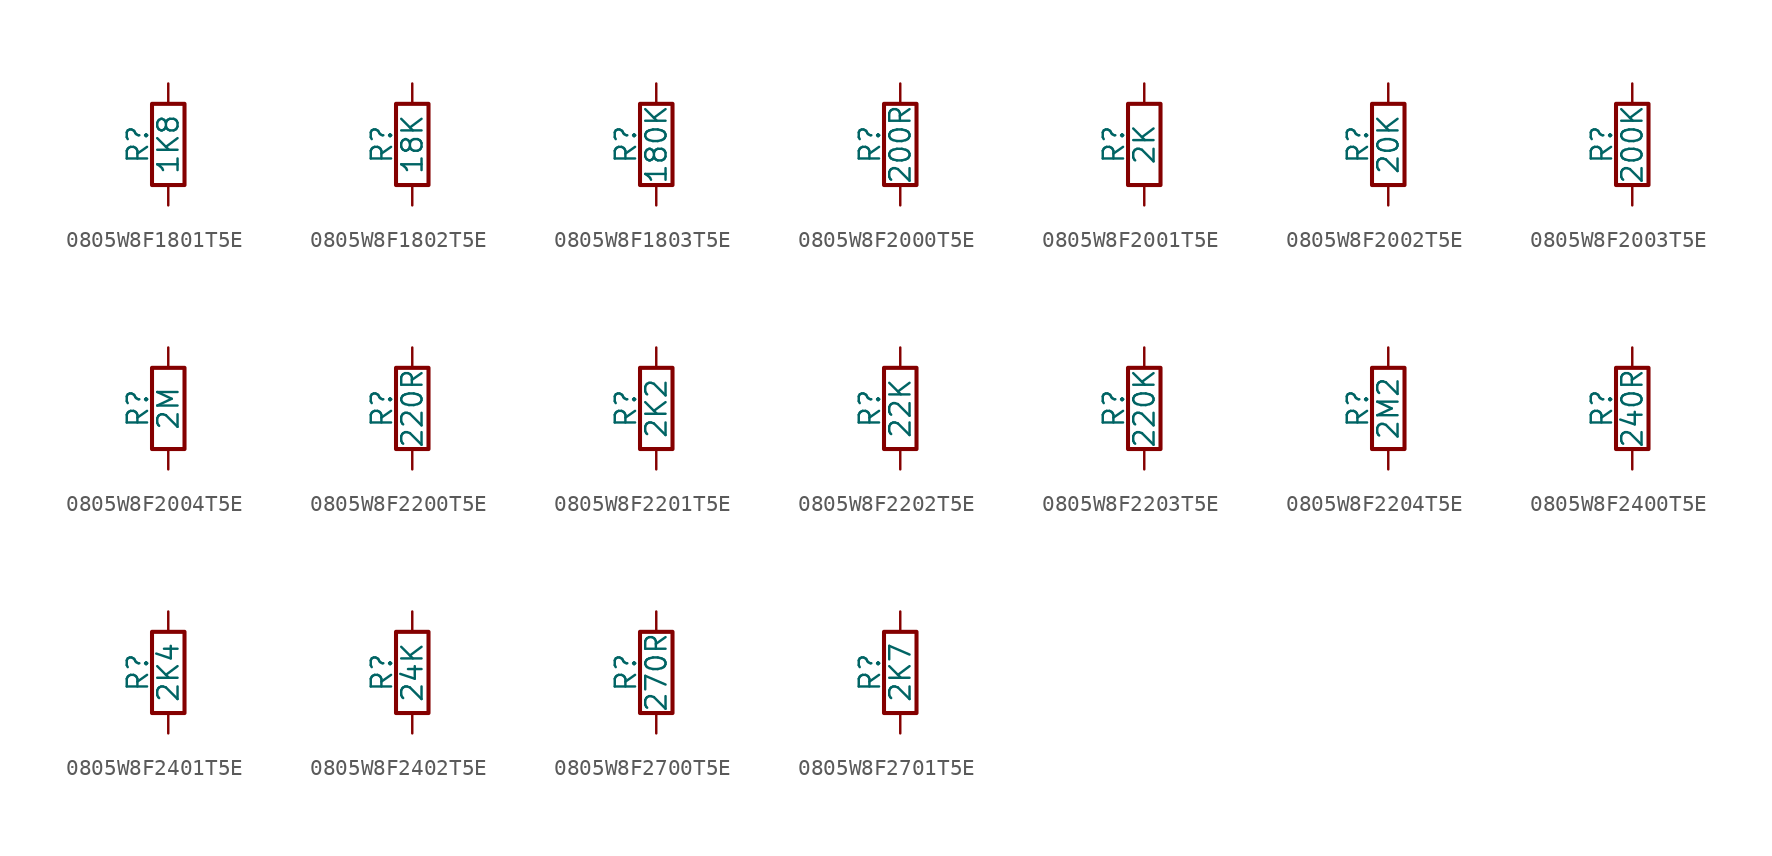
<source format=kicad_sym>
(kicad_symbol_lib
  (version 20211014)
  (generator conandllu_kicad_symbol_generator_20230404_23:29:43)
  (symbol "0805W8F1801T5E"
    (pin_numbers hide)
    (pin_names
      (offset 0))
    (property "Reference" "R"
      (at -1.905 0 90)
      (effects (font (size 1.27 1.27))))
    (property "Value" "1K8"
      (at 0 0 90)
      (effects (font (size 1.27 1.27))))
    (symbol "0805W8F1801T5E_0_1"
      (rectangle (start -1.016 -2.54) (end 1.016 2.54) (stroke (width 0.254) (type default) (color 0 0 0 0)) (fill (type none))))
    (symbol "0805W8F1801T5E_1_1"
      (pin passive line (at 0 3.81 270) (length 1.27) (name "~" (effects (font (size 1.27 1.27)))) (number "1" (effects (font (size 1.27 1.27)))))
      (pin passive line (at 0 -3.81 90) (length 1.27) (name "~" (effects (font (size 1.27 1.27)))) (number "2" (effects (font (size 1.27 1.27)))))))
  (symbol "0805W8F1802T5E"
    (pin_numbers hide)
    (pin_names
      (offset 0))
    (property "Reference" "R"
      (at -1.905 0 90)
      (effects (font (size 1.27 1.27))))
    (property "Value" "18K"
      (at 0 0 90)
      (effects (font (size 1.27 1.27))))
    (symbol "0805W8F1802T5E_0_1"
      (rectangle (start -1.016 -2.54) (end 1.016 2.54) (stroke (width 0.254) (type default) (color 0 0 0 0)) (fill (type none))))
    (symbol "0805W8F1802T5E_1_1"
      (pin passive line (at 0 3.81 270) (length 1.27) (name "~" (effects (font (size 1.27 1.27)))) (number "1" (effects (font (size 1.27 1.27)))))
      (pin passive line (at 0 -3.81 90) (length 1.27) (name "~" (effects (font (size 1.27 1.27)))) (number "2" (effects (font (size 1.27 1.27)))))))
  (symbol "0805W8F1803T5E"
    (pin_numbers hide)
    (pin_names
      (offset 0))
    (property "Reference" "R"
      (at -1.905 0 90)
      (effects (font (size 1.27 1.27))))
    (property "Value" "180K"
      (at 0 0 90)
      (effects (font (size 1.27 1.27))))
    (symbol "0805W8F1803T5E_0_1"
      (rectangle (start -1.016 -2.54) (end 1.016 2.54) (stroke (width 0.254) (type default) (color 0 0 0 0)) (fill (type none))))
    (symbol "0805W8F1803T5E_1_1"
      (pin passive line (at 0 3.81 270) (length 1.27) (name "~" (effects (font (size 1.27 1.27)))) (number "1" (effects (font (size 1.27 1.27)))))
      (pin passive line (at 0 -3.81 90) (length 1.27) (name "~" (effects (font (size 1.27 1.27)))) (number "2" (effects (font (size 1.27 1.27)))))))
  (symbol "0805W8F2000T5E"
    (pin_numbers hide)
    (pin_names
      (offset 0))
    (property "Reference" "R"
      (at -1.905 0 90)
      (effects (font (size 1.27 1.27))))
    (property "Value" "200R"
      (at 0 0 90)
      (effects (font (size 1.27 1.27))))
    (symbol "0805W8F2000T5E_0_1"
      (rectangle (start -1.016 -2.54) (end 1.016 2.54) (stroke (width 0.254) (type default) (color 0 0 0 0)) (fill (type none))))
    (symbol "0805W8F2000T5E_1_1"
      (pin passive line (at 0 3.81 270) (length 1.27) (name "~" (effects (font (size 1.27 1.27)))) (number "1" (effects (font (size 1.27 1.27)))))
      (pin passive line (at 0 -3.81 90) (length 1.27) (name "~" (effects (font (size 1.27 1.27)))) (number "2" (effects (font (size 1.27 1.27)))))))
  (symbol "0805W8F2001T5E"
    (pin_numbers hide)
    (pin_names
      (offset 0))
    (property "Reference" "R"
      (at -1.905 0 90)
      (effects (font (size 1.27 1.27))))
    (property "Value" "2K"
      (at 0 0 90)
      (effects (font (size 1.27 1.27))))
    (symbol "0805W8F2001T5E_0_1"
      (rectangle (start -1.016 -2.54) (end 1.016 2.54) (stroke (width 0.254) (type default) (color 0 0 0 0)) (fill (type none))))
    (symbol "0805W8F2001T5E_1_1"
      (pin passive line (at 0 3.81 270) (length 1.27) (name "~" (effects (font (size 1.27 1.27)))) (number "1" (effects (font (size 1.27 1.27)))))
      (pin passive line (at 0 -3.81 90) (length 1.27) (name "~" (effects (font (size 1.27 1.27)))) (number "2" (effects (font (size 1.27 1.27)))))))
  (symbol "0805W8F2002T5E"
    (pin_numbers hide)
    (pin_names
      (offset 0))
    (property "Reference" "R"
      (at -1.905 0 90)
      (effects (font (size 1.27 1.27))))
    (property "Value" "20K"
      (at 0 0 90)
      (effects (font (size 1.27 1.27))))
    (symbol "0805W8F2002T5E_0_1"
      (rectangle (start -1.016 -2.54) (end 1.016 2.54) (stroke (width 0.254) (type default) (color 0 0 0 0)) (fill (type none))))
    (symbol "0805W8F2002T5E_1_1"
      (pin passive line (at 0 3.81 270) (length 1.27) (name "~" (effects (font (size 1.27 1.27)))) (number "1" (effects (font (size 1.27 1.27)))))
      (pin passive line (at 0 -3.81 90) (length 1.27) (name "~" (effects (font (size 1.27 1.27)))) (number "2" (effects (font (size 1.27 1.27)))))))
  (symbol "0805W8F2003T5E"
    (pin_numbers hide)
    (pin_names
      (offset 0))
    (property "Reference" "R"
      (at -1.905 0 90)
      (effects (font (size 1.27 1.27))))
    (property "Value" "200K"
      (at 0 0 90)
      (effects (font (size 1.27 1.27))))
    (symbol "0805W8F2003T5E_0_1"
      (rectangle (start -1.016 -2.54) (end 1.016 2.54) (stroke (width 0.254) (type default) (color 0 0 0 0)) (fill (type none))))
    (symbol "0805W8F2003T5E_1_1"
      (pin passive line (at 0 3.81 270) (length 1.27) (name "~" (effects (font (size 1.27 1.27)))) (number "1" (effects (font (size 1.27 1.27)))))
      (pin passive line (at 0 -3.81 90) (length 1.27) (name "~" (effects (font (size 1.27 1.27)))) (number "2" (effects (font (size 1.27 1.27)))))))
  (symbol "0805W8F2004T5E"
    (pin_numbers hide)
    (pin_names
      (offset 0))
    (property "Reference" "R"
      (at -1.905 0 90)
      (effects (font (size 1.27 1.27))))
    (property "Value" "2M"
      (at 0 0 90)
      (effects (font (size 1.27 1.27))))
    (symbol "0805W8F2004T5E_0_1"
      (rectangle (start -1.016 -2.54) (end 1.016 2.54) (stroke (width 0.254) (type default) (color 0 0 0 0)) (fill (type none))))
    (symbol "0805W8F2004T5E_1_1"
      (pin passive line (at 0 3.81 270) (length 1.27) (name "~" (effects (font (size 1.27 1.27)))) (number "1" (effects (font (size 1.27 1.27)))))
      (pin passive line (at 0 -3.81 90) (length 1.27) (name "~" (effects (font (size 1.27 1.27)))) (number "2" (effects (font (size 1.27 1.27)))))))
  (symbol "0805W8F2200T5E"
    (pin_numbers hide)
    (pin_names
      (offset 0))
    (property "Reference" "R"
      (at -1.905 0 90)
      (effects (font (size 1.27 1.27))))
    (property "Value" "220R"
      (at 0 0 90)
      (effects (font (size 1.27 1.27))))
    (symbol "0805W8F2200T5E_0_1"
      (rectangle (start -1.016 -2.54) (end 1.016 2.54) (stroke (width 0.254) (type default) (color 0 0 0 0)) (fill (type none))))
    (symbol "0805W8F2200T5E_1_1"
      (pin passive line (at 0 3.81 270) (length 1.27) (name "~" (effects (font (size 1.27 1.27)))) (number "1" (effects (font (size 1.27 1.27)))))
      (pin passive line (at 0 -3.81 90) (length 1.27) (name "~" (effects (font (size 1.27 1.27)))) (number "2" (effects (font (size 1.27 1.27)))))))
  (symbol "0805W8F2201T5E"
    (pin_numbers hide)
    (pin_names
      (offset 0))
    (property "Reference" "R"
      (at -1.905 0 90)
      (effects (font (size 1.27 1.27))))
    (property "Value" "2K2"
      (at 0 0 90)
      (effects (font (size 1.27 1.27))))
    (symbol "0805W8F2201T5E_0_1"
      (rectangle (start -1.016 -2.54) (end 1.016 2.54) (stroke (width 0.254) (type default) (color 0 0 0 0)) (fill (type none))))
    (symbol "0805W8F2201T5E_1_1"
      (pin passive line (at 0 3.81 270) (length 1.27) (name "~" (effects (font (size 1.27 1.27)))) (number "1" (effects (font (size 1.27 1.27)))))
      (pin passive line (at 0 -3.81 90) (length 1.27) (name "~" (effects (font (size 1.27 1.27)))) (number "2" (effects (font (size 1.27 1.27)))))))
  (symbol "0805W8F2202T5E"
    (pin_numbers hide)
    (pin_names
      (offset 0))
    (property "Reference" "R"
      (at -1.905 0 90)
      (effects (font (size 1.27 1.27))))
    (property "Value" "22K"
      (at 0 0 90)
      (effects (font (size 1.27 1.27))))
    (symbol "0805W8F2202T5E_0_1"
      (rectangle (start -1.016 -2.54) (end 1.016 2.54) (stroke (width 0.254) (type default) (color 0 0 0 0)) (fill (type none))))
    (symbol "0805W8F2202T5E_1_1"
      (pin passive line (at 0 3.81 270) (length 1.27) (name "~" (effects (font (size 1.27 1.27)))) (number "1" (effects (font (size 1.27 1.27)))))
      (pin passive line (at 0 -3.81 90) (length 1.27) (name "~" (effects (font (size 1.27 1.27)))) (number "2" (effects (font (size 1.27 1.27)))))))
  (symbol "0805W8F2203T5E"
    (pin_numbers hide)
    (pin_names
      (offset 0))
    (property "Reference" "R"
      (at -1.905 0 90)
      (effects (font (size 1.27 1.27))))
    (property "Value" "220K"
      (at 0 0 90)
      (effects (font (size 1.27 1.27))))
    (symbol "0805W8F2203T5E_0_1"
      (rectangle (start -1.016 -2.54) (end 1.016 2.54) (stroke (width 0.254) (type default) (color 0 0 0 0)) (fill (type none))))
    (symbol "0805W8F2203T5E_1_1"
      (pin passive line (at 0 3.81 270) (length 1.27) (name "~" (effects (font (size 1.27 1.27)))) (number "1" (effects (font (size 1.27 1.27)))))
      (pin passive line (at 0 -3.81 90) (length 1.27) (name "~" (effects (font (size 1.27 1.27)))) (number "2" (effects (font (size 1.27 1.27)))))))
  (symbol "0805W8F2204T5E"
    (pin_numbers hide)
    (pin_names
      (offset 0))
    (property "Reference" "R"
      (at -1.905 0 90)
      (effects (font (size 1.27 1.27))))
    (property "Value" "2M2"
      (at 0 0 90)
      (effects (font (size 1.27 1.27))))
    (symbol "0805W8F2204T5E_0_1"
      (rectangle (start -1.016 -2.54) (end 1.016 2.54) (stroke (width 0.254) (type default) (color 0 0 0 0)) (fill (type none))))
    (symbol "0805W8F2204T5E_1_1"
      (pin passive line (at 0 3.81 270) (length 1.27) (name "~" (effects (font (size 1.27 1.27)))) (number "1" (effects (font (size 1.27 1.27)))))
      (pin passive line (at 0 -3.81 90) (length 1.27) (name "~" (effects (font (size 1.27 1.27)))) (number "2" (effects (font (size 1.27 1.27)))))))
  (symbol "0805W8F2400T5E"
    (pin_numbers hide)
    (pin_names
      (offset 0))
    (property "Reference" "R"
      (at -1.905 0 90)
      (effects (font (size 1.27 1.27))))
    (property "Value" "240R"
      (at 0 0 90)
      (effects (font (size 1.27 1.27))))
    (symbol "0805W8F2400T5E_0_1"
      (rectangle (start -1.016 -2.54) (end 1.016 2.54) (stroke (width 0.254) (type default) (color 0 0 0 0)) (fill (type none))))
    (symbol "0805W8F2400T5E_1_1"
      (pin passive line (at 0 3.81 270) (length 1.27) (name "~" (effects (font (size 1.27 1.27)))) (number "1" (effects (font (size 1.27 1.27)))))
      (pin passive line (at 0 -3.81 90) (length 1.27) (name "~" (effects (font (size 1.27 1.27)))) (number "2" (effects (font (size 1.27 1.27)))))))
  (symbol "0805W8F2401T5E"
    (pin_numbers hide)
    (pin_names
      (offset 0))
    (property "Reference" "R"
      (at -1.905 0 90)
      (effects (font (size 1.27 1.27))))
    (property "Value" "2K4"
      (at 0 0 90)
      (effects (font (size 1.27 1.27))))
    (symbol "0805W8F2401T5E_0_1"
      (rectangle (start -1.016 -2.54) (end 1.016 2.54) (stroke (width 0.254) (type default) (color 0 0 0 0)) (fill (type none))))
    (symbol "0805W8F2401T5E_1_1"
      (pin passive line (at 0 3.81 270) (length 1.27) (name "~" (effects (font (size 1.27 1.27)))) (number "1" (effects (font (size 1.27 1.27)))))
      (pin passive line (at 0 -3.81 90) (length 1.27) (name "~" (effects (font (size 1.27 1.27)))) (number "2" (effects (font (size 1.27 1.27)))))))
  (symbol "0805W8F2402T5E"
    (pin_numbers hide)
    (pin_names
      (offset 0))
    (property "Reference" "R"
      (at -1.905 0 90)
      (effects (font (size 1.27 1.27))))
    (property "Value" "24K"
      (at 0 0 90)
      (effects (font (size 1.27 1.27))))
    (symbol "0805W8F2402T5E_0_1"
      (rectangle (start -1.016 -2.54) (end 1.016 2.54) (stroke (width 0.254) (type default) (color 0 0 0 0)) (fill (type none))))
    (symbol "0805W8F2402T5E_1_1"
      (pin passive line (at 0 3.81 270) (length 1.27) (name "~" (effects (font (size 1.27 1.27)))) (number "1" (effects (font (size 1.27 1.27)))))
      (pin passive line (at 0 -3.81 90) (length 1.27) (name "~" (effects (font (size 1.27 1.27)))) (number "2" (effects (font (size 1.27 1.27)))))))
  (symbol "0805W8F2700T5E"
    (pin_numbers hide)
    (pin_names
      (offset 0))
    (property "Reference" "R"
      (at -1.905 0 90)
      (effects (font (size 1.27 1.27))))
    (property "Value" "270R"
      (at 0 0 90)
      (effects (font (size 1.27 1.27))))
    (symbol "0805W8F2700T5E_0_1"
      (rectangle (start -1.016 -2.54) (end 1.016 2.54) (stroke (width 0.254) (type default) (color 0 0 0 0)) (fill (type none))))
    (symbol "0805W8F2700T5E_1_1"
      (pin passive line (at 0 3.81 270) (length 1.27) (name "~" (effects (font (size 1.27 1.27)))) (number "1" (effects (font (size 1.27 1.27)))))
      (pin passive line (at 0 -3.81 90) (length 1.27) (name "~" (effects (font (size 1.27 1.27)))) (number "2" (effects (font (size 1.27 1.27)))))))
  (symbol "0805W8F2701T5E"
    (pin_numbers hide)
    (pin_names
      (offset 0))
    (property "Reference" "R"
      (at -1.905 0 90)
      (effects (font (size 1.27 1.27))))
    (property "Value" "2K7"
      (at 0 0 90)
      (effects (font (size 1.27 1.27))))
    (symbol "0805W8F2701T5E_0_1"
      (rectangle (start -1.016 -2.54) (end 1.016 2.54) (stroke (width 0.254) (type default) (color 0 0 0 0)) (fill (type none))))
    (symbol "0805W8F2701T5E_1_1"
      (pin passive line (at 0 3.81 270) (length 1.27) (name "~" (effects (font (size 1.27 1.27)))) (number "1" (effects (font (size 1.27 1.27)))))
      (pin passive line (at 0 -3.81 90) (length 1.27) (name "~" (effects (font (size 1.27 1.27)))) (number "2" (effects (font (size 1.27 1.27))))))))
</source>
